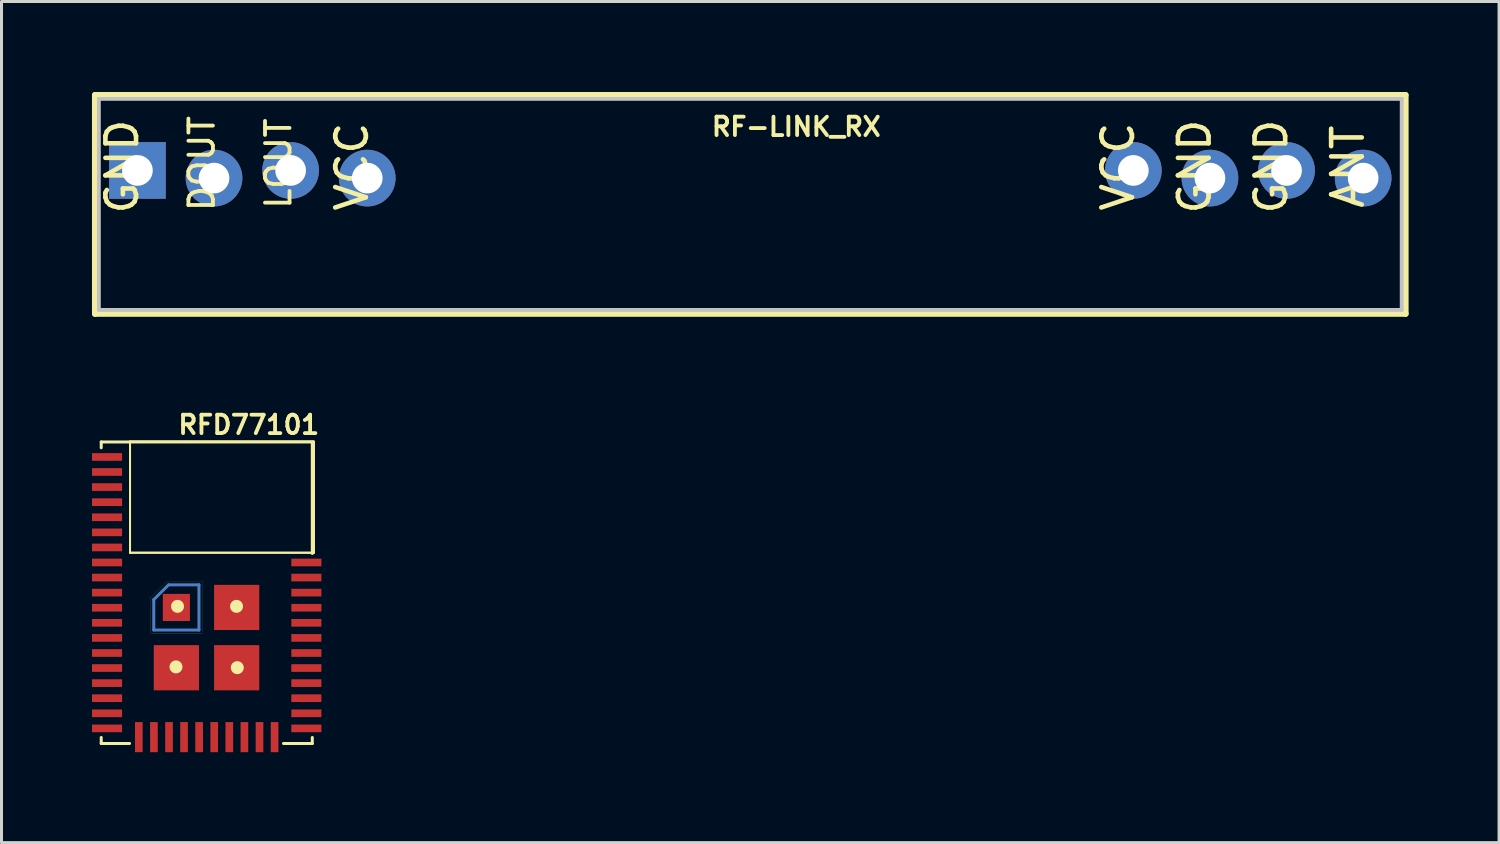
<source format=kicad_pcb>
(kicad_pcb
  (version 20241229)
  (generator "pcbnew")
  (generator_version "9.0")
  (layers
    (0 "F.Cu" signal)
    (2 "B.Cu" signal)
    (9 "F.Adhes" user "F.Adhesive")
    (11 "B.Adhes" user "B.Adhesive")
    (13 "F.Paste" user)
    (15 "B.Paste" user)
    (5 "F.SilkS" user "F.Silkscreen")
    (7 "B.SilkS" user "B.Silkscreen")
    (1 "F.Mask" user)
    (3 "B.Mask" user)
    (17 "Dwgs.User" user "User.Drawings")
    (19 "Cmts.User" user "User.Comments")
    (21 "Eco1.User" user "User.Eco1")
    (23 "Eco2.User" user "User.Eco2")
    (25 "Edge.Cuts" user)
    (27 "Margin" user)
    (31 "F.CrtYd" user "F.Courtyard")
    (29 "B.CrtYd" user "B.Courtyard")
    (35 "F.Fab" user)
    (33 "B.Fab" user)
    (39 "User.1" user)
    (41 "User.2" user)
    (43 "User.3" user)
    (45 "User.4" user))
  (footprint "RF-LINK_RX"
    (layer "F.Cu")
    (at 21.826 2.728)
    (property "Reference" "RF-LINK_RX" (at 1.524 -1.575 0) (layer "F.SilkS") (effects (font (size 0.61 0.61) (thickness 0.127))))
    (attr exclude_from_pos_files exclude_from_bom)
    (fp_line (start -21.725 -2.626) (end -21.725 4.625) (stroke (width 0.203) (type solid)) (layer "F.SilkS"))
    (fp_line (start -21.725 4.625) (end 21.725 4.625) (stroke (width 0.203) (type solid)) (layer "F.SilkS"))
    (fp_line (start 21.725 -2.626) (end -21.725 -2.626) (stroke (width 0.203) (type solid)) (layer "F.SilkS"))
    (fp_line (start 21.725 4.625) (end 21.725 -2.626) (stroke (width 0.203) (type solid)) (layer "F.SilkS"))
    (fp_line (start -21.598 -2.499) (end -21.598 4.498) (stroke (width 0.127) (type solid)) (layer "Dwgs.User"))
    (fp_line (start -21.598 4.498) (end 21.598 4.498) (stroke (width 0.127) (type solid)) (layer "Dwgs.User"))
    (fp_line (start -20.574 -0.254) (end -20.066 -0.254) (stroke (width 0.066) (type solid)) (layer "Dwgs.User"))
    (fp_line (start -20.574 0.254) (end -20.574 -0.254) (stroke (width 0.066) (type solid)) (layer "Dwgs.User"))
    (fp_line (start -20.574 0.254) (end -20.066 0.254) (stroke (width 0.066) (type solid)) (layer "Dwgs.User"))
    (fp_line (start -20.066 0.254) (end -20.066 -0.254) (stroke (width 0.066) (type solid)) (layer "Dwgs.User"))
    (fp_line (start -18.034 -0.254) (end -17.523 -0.254) (stroke (width 0.066) (type solid)) (layer "Dwgs.User"))
    (fp_line (start -18.034 0.254) (end -18.034 -0.254) (stroke (width 0.066) (type solid)) (layer "Dwgs.User"))
    (fp_line (start -18.034 0.254) (end -17.523 0.254) (stroke (width 0.066) (type solid)) (layer "Dwgs.User"))
    (fp_line (start -17.523 0.254) (end -17.523 -0.254) (stroke (width 0.066) (type solid)) (layer "Dwgs.User"))
    (fp_line (start -15.494 -0.254) (end -14.986 -0.254) (stroke (width 0.066) (type solid)) (layer "Dwgs.User"))
    (fp_line (start -15.494 0.254) (end -15.494 -0.254) (stroke (width 0.066) (type solid)) (layer "Dwgs.User"))
    (fp_line (start -15.494 0.254) (end -14.986 0.254) (stroke (width 0.066) (type solid)) (layer "Dwgs.User"))
    (fp_line (start -14.986 0.254) (end -14.986 -0.254) (stroke (width 0.066) (type solid)) (layer "Dwgs.User"))
    (fp_line (start -12.954 -0.254) (end -12.446 -0.254) (stroke (width 0.066) (type solid)) (layer "Dwgs.User"))
    (fp_line (start -12.954 0.254) (end -12.954 -0.254) (stroke (width 0.066) (type solid)) (layer "Dwgs.User"))
    (fp_line (start -12.954 0.254) (end -12.446 0.254) (stroke (width 0.066) (type solid)) (layer "Dwgs.User"))
    (fp_line (start -12.446 0.254) (end -12.446 -0.254) (stroke (width 0.066) (type solid)) (layer "Dwgs.User"))
    (fp_line (start 12.446 -0.254) (end 12.954 -0.254) (stroke (width 0.066) (type solid)) (layer "Dwgs.User"))
    (fp_line (start 12.446 0.254) (end 12.446 -0.254) (stroke (width 0.066) (type solid)) (layer "Dwgs.User"))
    (fp_line (start 12.446 0.254) (end 12.954 0.254) (stroke (width 0.066) (type solid)) (layer "Dwgs.User"))
    (fp_line (start 12.954 0.254) (end 12.954 -0.254) (stroke (width 0.066) (type solid)) (layer "Dwgs.User"))
    (fp_line (start 14.986 -0.254) (end 15.494 -0.254) (stroke (width 0.066) (type solid)) (layer "Dwgs.User"))
    (fp_line (start 14.986 0.254) (end 14.986 -0.254) (stroke (width 0.066) (type solid)) (layer "Dwgs.User"))
    (fp_line (start 14.986 0.254) (end 15.494 0.254) (stroke (width 0.066) (type solid)) (layer "Dwgs.User"))
    (fp_line (start 15.494 0.254) (end 15.494 -0.254) (stroke (width 0.066) (type solid)) (layer "Dwgs.User"))
    (fp_line (start 17.523 -0.254) (end 18.034 -0.254) (stroke (width 0.066) (type solid)) (layer "Dwgs.User"))
    (fp_line (start 17.523 0.254) (end 17.523 -0.254) (stroke (width 0.066) (type solid)) (layer "Dwgs.User"))
    (fp_line (start 17.523 0.254) (end 18.034 0.254) (stroke (width 0.066) (type solid)) (layer "Dwgs.User"))
    (fp_line (start 18.034 0.254) (end 18.034 -0.254) (stroke (width 0.066) (type solid)) (layer "Dwgs.User"))
    (fp_line (start 20.066 -0.254) (end 20.574 -0.254) (stroke (width 0.066) (type solid)) (layer "Dwgs.User"))
    (fp_line (start 20.066 0.254) (end 20.066 -0.254) (stroke (width 0.066) (type solid)) (layer "Dwgs.User"))
    (fp_line (start 20.066 0.254) (end 20.574 0.254) (stroke (width 0.066) (type solid)) (layer "Dwgs.User"))
    (fp_line (start 20.574 0.254) (end 20.574 -0.254) (stroke (width 0.066) (type solid)) (layer "Dwgs.User"))
    (fp_line (start 21.598 -2.499) (end -21.598 -2.499) (stroke (width 0.127) (type solid)) (layer "Dwgs.User"))
    (fp_line (start 21.598 4.498) (end 21.598 -2.499) (stroke (width 0.127) (type solid)) (layer "Dwgs.User"))
    (fp_text user "ANT" (at 19.812 -0.254 90) (layer "F.SilkS") (effects (font (size 1.016 1.016) (thickness 0.152))))
    (fp_text user "LOUT" (at -15.646 -0.356 90) (layer "F.SilkS") (effects (font (size 0.813 0.813) (thickness 0.127))))
    (fp_text user "GND" (at 14.732 -0.254 90) (layer "F.SilkS") (effects (font (size 1.016 1.016) (thickness 0.152))))
    (fp_text user "GND" (at 17.272 -0.254 90) (layer "F.SilkS") (effects (font (size 1.016 1.016) (thickness 0.152))))
    (fp_text user "GND" (at -20.828 -0.254 90) (layer "F.SilkS") (effects (font (size 1.016 1.016) (thickness 0.152))))
    (fp_text user "VCC" (at 12.192 -0.254 90) (layer "F.SilkS") (effects (font (size 1.016 1.016) (thickness 0.152))))
    (fp_text user "DOUT" (at -18.186 -0.356 90) (layer "F.SilkS") (effects (font (size 0.813 0.813) (thickness 0.127))))
    (fp_text user "VCC" (at -13.208 -0.254 90) (layer "F.SilkS") (effects (font (size 1.016 1.016) (thickness 0.152))))
    (pad "+5V@" thru_hole circle (at -12.7 0.127) (size 1.88 1.88) (drill 1.016) (layers "*.Cu" "*.Paste" "*.Mask"))
    (pad "+5V@" thru_hole circle (at 12.7 -0.127) (size 1.88 1.88) (drill 1.016) (layers "*.Cu" "*.Paste" "*.Mask"))
    (pad "ANT" thru_hole circle (at 20.32 0.127) (size 1.88 1.88) (drill 1.016) (layers "*.Cu" "*.Paste" "*.Mask"))
    (pad "DATA" thru_hole circle (at -17.78 0.127) (size 1.88 1.88) (drill 1.016) (layers "*.Cu" "*.Paste" "*.Mask"))
    (pad "DATA" thru_hole circle (at -15.24 -0.127) (size 1.88 1.88) (drill 1.016) (layers "*.Cu" "*.Paste" "*.Mask"))
    (pad "GND@" thru_hole rect (at -20.32 -0.127) (size 1.88 1.88) (drill 1.016) (layers "*.Cu" "*.Paste" "*.Mask"))
    (pad "GND@" thru_hole circle (at 15.24 0.127) (size 1.88 1.88) (drill 1.016) (layers "*.Cu" "*.Paste" "*.Mask"))
    (pad "GND@" thru_hole circle (at 17.78 -0.127) (size 1.88 1.88) (drill 1.016) (layers "*.Cu" "*.Paste" "*.Mask")))
  (footprint "RFD77101"
    (layer "F.Cu")
    (at 0.499 12.101)
    (property "Reference" "RFD77101" (at 4.699 -1.067 0) (layer "F.SilkS") (effects (font (size 0.61 0.61) (thickness 0.127))))
    (attr smd)
    (fp_line (start 1.549 4.729) (end 2.04 4.239) (stroke (width 0.1) (type solid)) (layer "B.Cu"))
    (fp_line (start 1.549 5.738) (end 1.549 4.729) (stroke (width 0.1) (type solid)) (layer "B.Cu"))
    (fp_line (start 2.04 4.239) (end 3.048 4.239) (stroke (width 0.1) (type solid)) (layer "B.Cu"))
    (fp_line (start 3.048 4.239) (end 3.048 5.738) (stroke (width 0.1) (type solid)) (layer "B.Cu"))
    (fp_line (start 3.048 5.738) (end 1.549 5.738) (stroke (width 0.1) (type solid)) (layer "B.Cu"))
    (fp_line (start -0.193 -0.498) (end 6.805 -0.498) (stroke (width 0.099) (type solid)) (layer "F.SilkS"))
    (fp_line (start -0.193 -0.305) (end -0.193 -0.498) (stroke (width 0.099) (type solid)) (layer "F.SilkS"))
    (fp_line (start -0.193 9.5) (end -0.193 9.301) (stroke (width 0.099) (type solid)) (layer "F.SilkS"))
    (fp_line (start -0.193 9.5) (end 0.747 9.5) (stroke (width 0.099) (type solid)) (layer "F.SilkS"))
    (fp_line (start 0.762 -0.508) (end 6.858 -0.508) (stroke (width 0.066) (type solid)) (layer "F.SilkS"))
    (fp_line (start 0.762 -0.508) (end 6.858 -0.508) (stroke (width 0.066) (type solid)) (layer "F.SilkS"))
    (fp_line (start 0.762 3.175) (end 0.762 -0.508) (stroke (width 0.066) (type solid)) (layer "F.SilkS"))
    (fp_line (start 0.762 3.175) (end 0.762 -0.508) (stroke (width 0.066) (type solid)) (layer "F.SilkS"))
    (fp_line (start 0.762 3.175) (end 6.858 3.175) (stroke (width 0.066) (type solid)) (layer "F.SilkS"))
    (fp_line (start 0.762 3.175) (end 6.858 3.175) (stroke (width 0.066) (type solid)) (layer "F.SilkS"))
    (fp_line (start 1.448 4.648) (end 1.448 5.839) (stroke (width 0.003) (type solid)) (layer "F.SilkS"))
    (fp_line (start 1.448 5.839) (end 3.15 5.839) (stroke (width 0.003) (type solid)) (layer "F.SilkS"))
    (fp_line (start 1.958 4.138) (end 1.448 4.648) (stroke (width 0.003) (type solid)) (layer "F.SilkS"))
    (fp_line (start 3.15 4.138) (end 1.958 4.138) (stroke (width 0.003) (type solid)) (layer "F.SilkS"))
    (fp_line (start 3.15 5.839) (end 3.15 4.138) (stroke (width 0.003) (type solid)) (layer "F.SilkS"))
    (fp_line (start 5.85 9.5) (end 6.805 9.5) (stroke (width 0.099) (type solid)) (layer "F.SilkS"))
    (fp_line (start 6.805 -0.498) (end 6.805 3.2) (stroke (width 0.099) (type solid)) (layer "F.SilkS"))
    (fp_line (start 6.805 9.5) (end 6.805 9.301) (stroke (width 0.099) (type solid)) (layer "F.SilkS"))
    (fp_line (start 6.858 3.175) (end 6.858 -0.508) (stroke (width 0.066) (type solid)) (layer "F.SilkS"))
    (fp_line (start 6.858 3.175) (end 6.858 -0.508) (stroke (width 0.066) (type solid)) (layer "F.SilkS"))
    (fp_circle (center 2.286 6.96) (end 2.438 7.112) (stroke (width 0) (type solid)) (fill yes) (layer "F.SilkS"))
    (fp_circle (center 2.337 4.953) (end 2.489 5.105) (stroke (width 0) (type solid)) (fill yes) (layer "F.SilkS"))
    (fp_circle (center 4.293 4.953) (end 4.445 5.105) (stroke (width 0) (type solid)) (fill yes) (layer "F.SilkS"))
    (fp_circle (center 4.318 6.985) (end 4.47 7.137) (stroke (width 0) (type solid)) (fill yes) (layer "F.SilkS"))
    (pad "1" smd rect (at 0 0) (size 0.998 0.254) (layers "F.Cu" "F.Mask" "F.Paste"))
    (pad "2" smd rect (at 0 0.498) (size 0.998 0.254) (layers "F.Cu" "F.Mask" "F.Paste"))
    (pad "3" smd rect (at 0 0.998) (size 0.998 0.254) (layers "F.Cu" "F.Mask" "F.Paste"))
    (pad "4" smd rect (at 0 1.499) (size 0.998 0.254) (layers "F.Cu" "F.Mask" "F.Paste"))
    (pad "5" smd rect (at 0 1.999) (size 0.998 0.254) (layers "F.Cu" "F.Mask" "F.Paste"))
    (pad "6" smd rect (at 0 2.499) (size 0.998 0.254) (layers "F.Cu" "F.Mask" "F.Paste"))
    (pad "7" smd rect (at 0 3) (size 0.998 0.254) (layers "F.Cu" "F.Mask" "F.Paste"))
    (pad "8" smd rect (at 0 3.498) (size 0.998 0.254) (layers "F.Cu" "F.Mask" "F.Paste"))
    (pad "9" smd rect (at 0 3.998) (size 0.998 0.254) (layers "F.Cu" "F.Mask" "F.Paste"))
    (pad "10" smd rect (at 0 4.498) (size 0.998 0.254) (layers "F.Cu" "F.Mask" "F.Paste"))
    (pad "11" smd rect (at 0 4.999) (size 0.998 0.254) (layers "F.Cu" "F.Mask" "F.Paste"))
    (pad "12" smd rect (at 0 5.499) (size 0.998 0.254) (layers "F.Cu" "F.Mask" "F.Paste"))
    (pad "13" smd rect (at 0 5.999) (size 0.998 0.254) (layers "F.Cu" "F.Mask" "F.Paste"))
    (pad "14" smd rect (at 0 6.5) (size 0.998 0.254) (layers "F.Cu" "F.Mask" "F.Paste"))
    (pad "15" smd rect (at 0 6.998) (size 0.998 0.254) (layers "F.Cu" "F.Mask" "F.Paste"))
    (pad "16" smd rect (at 0 7.498) (size 0.998 0.254) (layers "F.Cu" "F.Mask" "F.Paste"))
    (pad "17" smd rect (at 0 7.998) (size 0.998 0.254) (layers "F.Cu" "F.Mask" "F.Paste"))
    (pad "18" smd rect (at 0 8.499) (size 0.998 0.254) (layers "F.Cu" "F.Mask" "F.Paste"))
    (pad "19" smd rect (at 0 8.999) (size 0.998 0.254) (layers "F.Cu" "F.Mask" "F.Paste"))
    (pad "20" smd rect (at 1.054 9.289 90) (size 0.998 0.254) (layers "F.Cu" "F.Mask" "F.Paste"))
    (pad "21" smd rect (at 1.554 9.289 90) (size 0.998 0.254) (layers "F.Cu" "F.Mask" "F.Paste"))
    (pad "22" smd rect (at 2.055 9.289 90) (size 0.998 0.254) (layers "F.Cu" "F.Mask" "F.Paste"))
    (pad "23" smd rect (at 2.553 9.289 90) (size 0.998 0.254) (layers "F.Cu" "F.Mask" "F.Paste"))
    (pad "24" smd rect (at 3.053 9.289 90) (size 0.998 0.254) (layers "F.Cu" "F.Mask" "F.Paste"))
    (pad "25" smd rect (at 3.553 9.289 90) (size 0.998 0.254) (layers "F.Cu" "F.Mask" "F.Paste"))
    (pad "26" smd rect (at 4.054 9.289 90) (size 0.998 0.254) (layers "F.Cu" "F.Mask" "F.Paste"))
    (pad "27" smd rect (at 4.554 9.289 90) (size 0.998 0.254) (layers "F.Cu" "F.Mask" "F.Paste"))
    (pad "28" smd rect (at 5.055 9.289 90) (size 0.998 0.254) (layers "F.Cu" "F.Mask" "F.Paste"))
    (pad "29" smd rect (at 5.555 9.289 90) (size 0.998 0.254) (layers "F.Cu" "F.Mask" "F.Paste"))
    (pad "30" smd rect (at 6.609 8.999) (size 0.998 0.254) (layers "F.Cu" "F.Mask" "F.Paste"))
    (pad "31" smd rect (at 6.609 8.499) (size 0.998 0.254) (layers "F.Cu" "F.Mask" "F.Paste"))
    (pad "32" smd rect (at 6.609 7.998) (size 0.998 0.254) (layers "F.Cu" "F.Mask" "F.Paste"))
    (pad "33" smd rect (at 6.609 7.498) (size 0.998 0.254) (layers "F.Cu" "F.Mask" "F.Paste"))
    (pad "34" smd rect (at 6.609 6.998) (size 0.998 0.254) (layers "F.Cu" "F.Mask" "F.Paste"))
    (pad "35" smd rect (at 6.609 6.5) (size 0.998 0.254) (layers "F.Cu" "F.Mask" "F.Paste"))
    (pad "36" smd rect (at 6.609 5.999) (size 0.998 0.254) (layers "F.Cu" "F.Mask" "F.Paste"))
    (pad "37" smd rect (at 6.609 5.499) (size 0.998 0.254) (layers "F.Cu" "F.Mask" "F.Paste"))
    (pad "38" smd rect (at 6.609 4.999) (size 0.998 0.254) (layers "F.Cu" "F.Mask" "F.Paste"))
    (pad "39" smd rect (at 6.609 4.498) (size 0.998 0.254) (layers "F.Cu" "F.Mask" "F.Paste"))
    (pad "40" smd rect (at 6.609 3.998) (size 0.998 0.254) (layers "F.Cu" "F.Mask" "F.Paste"))
    (pad "41" smd rect (at 6.609 3.498) (size 0.998 0.254) (layers "F.Cu" "F.Mask" "F.Paste"))
    (pad "42" smd rect (at 2.299 4.989) (size 0.899 0.899) (layers "F.Cu" "F.Mask" "F.Paste"))
    (pad "43" smd rect (at 2.299 6.988) (size 1.499 1.499) (layers "F.Cu" "F.Mask" "F.Paste"))
    (pad "44" smd rect (at 4.298 6.988) (size 1.499 1.499) (layers "F.Cu" "F.Mask" "F.Paste"))
    (pad "45" smd rect (at 4.298 4.989) (size 1.499 1.499) (layers "F.Cu" "F.Mask" "F.Paste")))
  (gr_rect
    (start -3 -3)
    (end 46.652 24.889)
    (stroke (width 0.1) (type default))
    (fill no)
    (layer "Edge.Cuts")))
</source>
